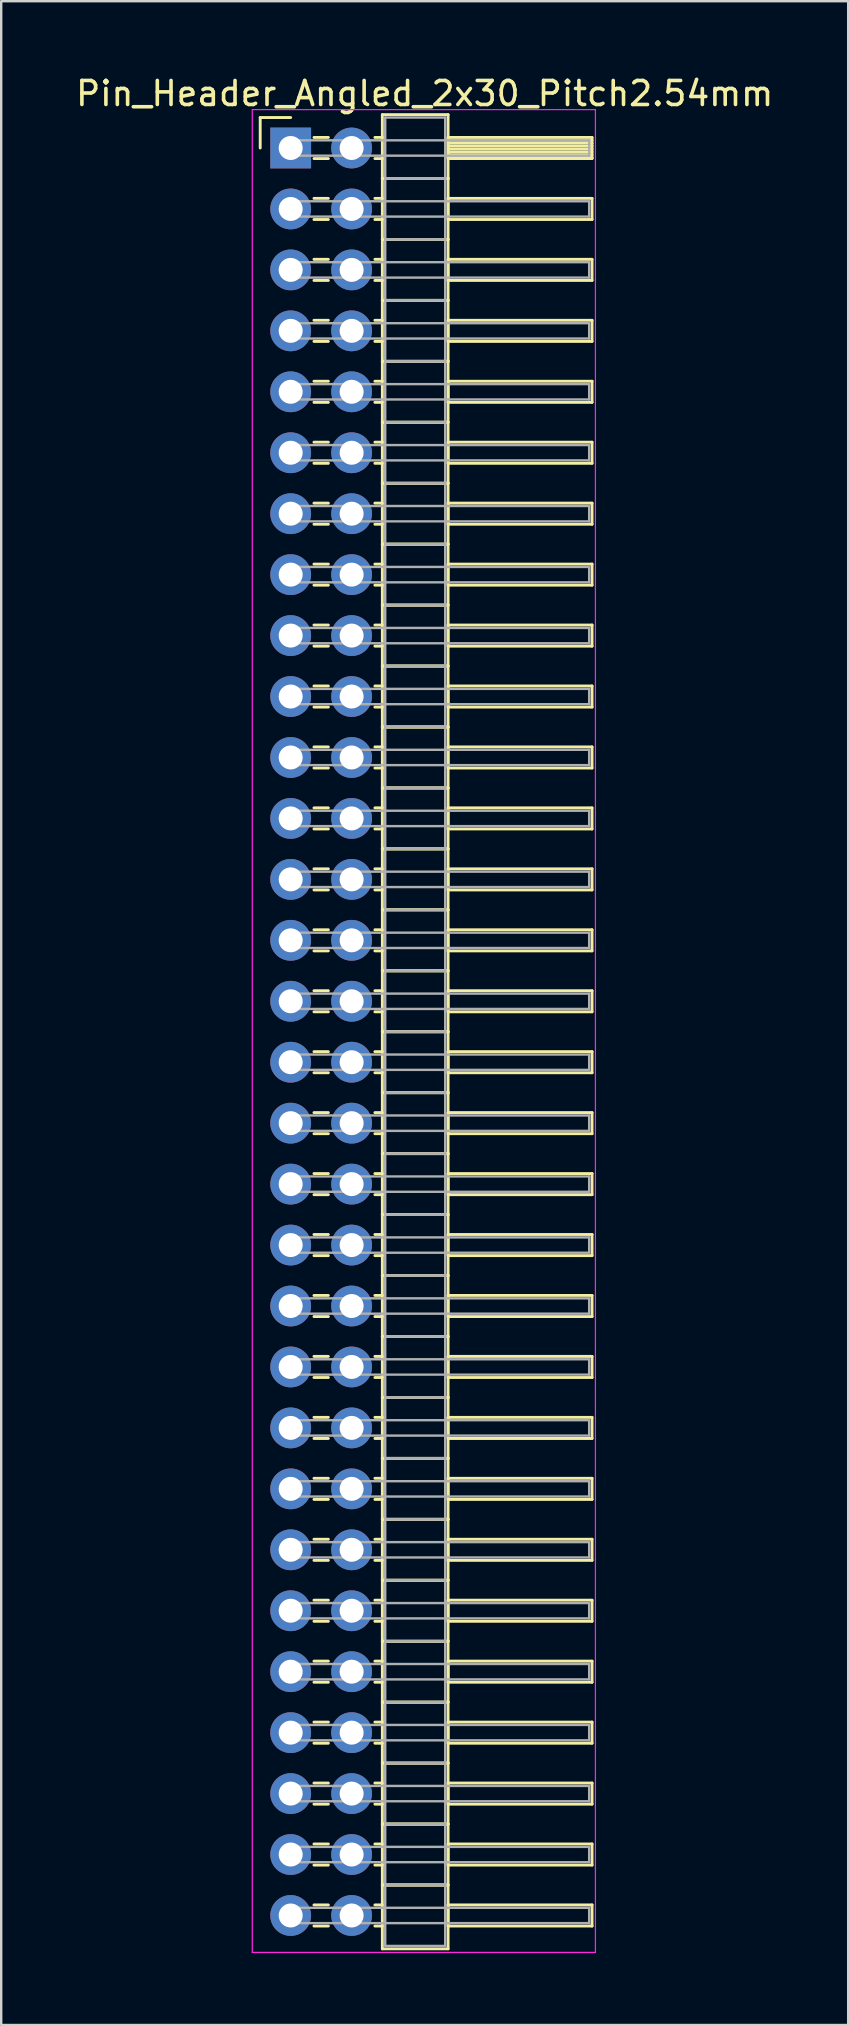
<source format=kicad_pcb>
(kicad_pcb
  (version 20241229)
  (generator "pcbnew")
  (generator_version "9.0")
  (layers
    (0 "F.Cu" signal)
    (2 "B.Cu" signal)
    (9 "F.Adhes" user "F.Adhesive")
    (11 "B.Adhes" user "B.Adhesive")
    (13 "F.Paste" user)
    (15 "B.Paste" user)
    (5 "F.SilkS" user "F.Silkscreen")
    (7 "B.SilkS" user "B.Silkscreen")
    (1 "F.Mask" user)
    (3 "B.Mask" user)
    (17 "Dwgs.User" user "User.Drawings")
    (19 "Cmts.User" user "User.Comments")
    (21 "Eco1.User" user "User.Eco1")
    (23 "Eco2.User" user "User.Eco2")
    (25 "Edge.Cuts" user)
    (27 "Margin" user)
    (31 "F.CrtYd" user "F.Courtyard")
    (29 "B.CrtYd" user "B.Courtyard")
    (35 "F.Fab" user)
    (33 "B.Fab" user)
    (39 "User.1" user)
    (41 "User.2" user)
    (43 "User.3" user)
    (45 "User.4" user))
  (footprint "Pin_Header_Angled_2x30_Pitch2.54mm"
    (layer "F.Cu")
    (at 9.064 3.118)
    (property "Reference" "Pin_Header_Angled_2x30_Pitch2.54mm" (at 5.585 -2.27 0) (layer "F.SilkS") (effects (font (size 1 1) (thickness 0.15))))
    (attr through_hole)
    (fp_line (start -1.27 -1.27) (end 0 -1.27) (stroke (width 0.12) (type solid)) (layer "F.SilkS"))
    (fp_line (start -1.27 0) (end -1.27 -1.27) (stroke (width 0.12) (type solid)) (layer "F.SilkS"))
    (fp_line (start 0.97 -0.44) (end 1.57 -0.44) (stroke (width 0.12) (type solid)) (layer "F.SilkS"))
    (fp_line (start 0.97 0.44) (end 1.57 0.44) (stroke (width 0.12) (type solid)) (layer "F.SilkS"))
    (fp_line (start 0.97 2.1) (end 1.57 2.1) (stroke (width 0.12) (type solid)) (layer "F.SilkS"))
    (fp_line (start 0.97 2.98) (end 1.57 2.98) (stroke (width 0.12) (type solid)) (layer "F.SilkS"))
    (fp_line (start 0.97 4.64) (end 1.57 4.64) (stroke (width 0.12) (type solid)) (layer "F.SilkS"))
    (fp_line (start 0.97 5.52) (end 1.57 5.52) (stroke (width 0.12) (type solid)) (layer "F.SilkS"))
    (fp_line (start 0.97 7.18) (end 1.57 7.18) (stroke (width 0.12) (type solid)) (layer "F.SilkS"))
    (fp_line (start 0.97 8.06) (end 1.57 8.06) (stroke (width 0.12) (type solid)) (layer "F.SilkS"))
    (fp_line (start 0.97 9.72) (end 1.57 9.72) (stroke (width 0.12) (type solid)) (layer "F.SilkS"))
    (fp_line (start 0.97 10.6) (end 1.57 10.6) (stroke (width 0.12) (type solid)) (layer "F.SilkS"))
    (fp_line (start 0.97 12.26) (end 1.57 12.26) (stroke (width 0.12) (type solid)) (layer "F.SilkS"))
    (fp_line (start 0.97 13.14) (end 1.57 13.14) (stroke (width 0.12) (type solid)) (layer "F.SilkS"))
    (fp_line (start 0.97 14.8) (end 1.57 14.8) (stroke (width 0.12) (type solid)) (layer "F.SilkS"))
    (fp_line (start 0.97 15.68) (end 1.57 15.68) (stroke (width 0.12) (type solid)) (layer "F.SilkS"))
    (fp_line (start 0.97 17.34) (end 1.57 17.34) (stroke (width 0.12) (type solid)) (layer "F.SilkS"))
    (fp_line (start 0.97 18.22) (end 1.57 18.22) (stroke (width 0.12) (type solid)) (layer "F.SilkS"))
    (fp_line (start 0.97 19.88) (end 1.57 19.88) (stroke (width 0.12) (type solid)) (layer "F.SilkS"))
    (fp_line (start 0.97 20.76) (end 1.57 20.76) (stroke (width 0.12) (type solid)) (layer "F.SilkS"))
    (fp_line (start 0.97 22.42) (end 1.57 22.42) (stroke (width 0.12) (type solid)) (layer "F.SilkS"))
    (fp_line (start 0.97 23.3) (end 1.57 23.3) (stroke (width 0.12) (type solid)) (layer "F.SilkS"))
    (fp_line (start 0.97 24.96) (end 1.57 24.96) (stroke (width 0.12) (type solid)) (layer "F.SilkS"))
    (fp_line (start 0.97 25.84) (end 1.57 25.84) (stroke (width 0.12) (type solid)) (layer "F.SilkS"))
    (fp_line (start 0.97 27.5) (end 1.57 27.5) (stroke (width 0.12) (type solid)) (layer "F.SilkS"))
    (fp_line (start 0.97 28.38) (end 1.57 28.38) (stroke (width 0.12) (type solid)) (layer "F.SilkS"))
    (fp_line (start 0.97 30.04) (end 1.57 30.04) (stroke (width 0.12) (type solid)) (layer "F.SilkS"))
    (fp_line (start 0.97 30.92) (end 1.57 30.92) (stroke (width 0.12) (type solid)) (layer "F.SilkS"))
    (fp_line (start 0.97 32.58) (end 1.57 32.58) (stroke (width 0.12) (type solid)) (layer "F.SilkS"))
    (fp_line (start 0.97 33.46) (end 1.57 33.46) (stroke (width 0.12) (type solid)) (layer "F.SilkS"))
    (fp_line (start 0.97 35.12) (end 1.57 35.12) (stroke (width 0.12) (type solid)) (layer "F.SilkS"))
    (fp_line (start 0.97 36) (end 1.57 36) (stroke (width 0.12) (type solid)) (layer "F.SilkS"))
    (fp_line (start 0.97 37.66) (end 1.57 37.66) (stroke (width 0.12) (type solid)) (layer "F.SilkS"))
    (fp_line (start 0.97 38.54) (end 1.57 38.54) (stroke (width 0.12) (type solid)) (layer "F.SilkS"))
    (fp_line (start 0.97 40.2) (end 1.57 40.2) (stroke (width 0.12) (type solid)) (layer "F.SilkS"))
    (fp_line (start 0.97 41.08) (end 1.57 41.08) (stroke (width 0.12) (type solid)) (layer "F.SilkS"))
    (fp_line (start 0.97 42.74) (end 1.57 42.74) (stroke (width 0.12) (type solid)) (layer "F.SilkS"))
    (fp_line (start 0.97 43.62) (end 1.57 43.62) (stroke (width 0.12) (type solid)) (layer "F.SilkS"))
    (fp_line (start 0.97 45.28) (end 1.57 45.28) (stroke (width 0.12) (type solid)) (layer "F.SilkS"))
    (fp_line (start 0.97 46.16) (end 1.57 46.16) (stroke (width 0.12) (type solid)) (layer "F.SilkS"))
    (fp_line (start 0.97 47.82) (end 1.57 47.82) (stroke (width 0.12) (type solid)) (layer "F.SilkS"))
    (fp_line (start 0.97 48.7) (end 1.57 48.7) (stroke (width 0.12) (type solid)) (layer "F.SilkS"))
    (fp_line (start 0.97 50.36) (end 1.57 50.36) (stroke (width 0.12) (type solid)) (layer "F.SilkS"))
    (fp_line (start 0.97 51.24) (end 1.57 51.24) (stroke (width 0.12) (type solid)) (layer "F.SilkS"))
    (fp_line (start 0.97 52.9) (end 1.57 52.9) (stroke (width 0.12) (type solid)) (layer "F.SilkS"))
    (fp_line (start 0.97 53.78) (end 1.57 53.78) (stroke (width 0.12) (type solid)) (layer "F.SilkS"))
    (fp_line (start 0.97 55.44) (end 1.57 55.44) (stroke (width 0.12) (type solid)) (layer "F.SilkS"))
    (fp_line (start 0.97 56.32) (end 1.57 56.32) (stroke (width 0.12) (type solid)) (layer "F.SilkS"))
    (fp_line (start 0.97 57.98) (end 1.57 57.98) (stroke (width 0.12) (type solid)) (layer "F.SilkS"))
    (fp_line (start 0.97 58.86) (end 1.57 58.86) (stroke (width 0.12) (type solid)) (layer "F.SilkS"))
    (fp_line (start 0.97 60.52) (end 1.57 60.52) (stroke (width 0.12) (type solid)) (layer "F.SilkS"))
    (fp_line (start 0.97 61.4) (end 1.57 61.4) (stroke (width 0.12) (type solid)) (layer "F.SilkS"))
    (fp_line (start 0.97 63.06) (end 1.57 63.06) (stroke (width 0.12) (type solid)) (layer "F.SilkS"))
    (fp_line (start 0.97 63.94) (end 1.57 63.94) (stroke (width 0.12) (type solid)) (layer "F.SilkS"))
    (fp_line (start 0.97 65.6) (end 1.57 65.6) (stroke (width 0.12) (type solid)) (layer "F.SilkS"))
    (fp_line (start 0.97 66.48) (end 1.57 66.48) (stroke (width 0.12) (type solid)) (layer "F.SilkS"))
    (fp_line (start 0.97 68.14) (end 1.57 68.14) (stroke (width 0.12) (type solid)) (layer "F.SilkS"))
    (fp_line (start 0.97 69.02) (end 1.57 69.02) (stroke (width 0.12) (type solid)) (layer "F.SilkS"))
    (fp_line (start 0.97 70.68) (end 1.57 70.68) (stroke (width 0.12) (type solid)) (layer "F.SilkS"))
    (fp_line (start 0.97 71.56) (end 1.57 71.56) (stroke (width 0.12) (type solid)) (layer "F.SilkS"))
    (fp_line (start 0.97 73.22) (end 1.57 73.22) (stroke (width 0.12) (type solid)) (layer "F.SilkS"))
    (fp_line (start 0.97 74.1) (end 1.57 74.1) (stroke (width 0.12) (type solid)) (layer "F.SilkS"))
    (fp_line (start 3.51 -0.44) (end 3.82 -0.44) (stroke (width 0.12) (type solid)) (layer "F.SilkS"))
    (fp_line (start 3.51 0.44) (end 3.82 0.44) (stroke (width 0.12) (type solid)) (layer "F.SilkS"))
    (fp_line (start 3.51 2.1) (end 3.82 2.1) (stroke (width 0.12) (type solid)) (layer "F.SilkS"))
    (fp_line (start 3.51 2.98) (end 3.82 2.98) (stroke (width 0.12) (type solid)) (layer "F.SilkS"))
    (fp_line (start 3.51 4.64) (end 3.82 4.64) (stroke (width 0.12) (type solid)) (layer "F.SilkS"))
    (fp_line (start 3.51 5.52) (end 3.82 5.52) (stroke (width 0.12) (type solid)) (layer "F.SilkS"))
    (fp_line (start 3.51 7.18) (end 3.82 7.18) (stroke (width 0.12) (type solid)) (layer "F.SilkS"))
    (fp_line (start 3.51 8.06) (end 3.82 8.06) (stroke (width 0.12) (type solid)) (layer "F.SilkS"))
    (fp_line (start 3.51 9.72) (end 3.82 9.72) (stroke (width 0.12) (type solid)) (layer "F.SilkS"))
    (fp_line (start 3.51 10.6) (end 3.82 10.6) (stroke (width 0.12) (type solid)) (layer "F.SilkS"))
    (fp_line (start 3.51 12.26) (end 3.82 12.26) (stroke (width 0.12) (type solid)) (layer "F.SilkS"))
    (fp_line (start 3.51 13.14) (end 3.82 13.14) (stroke (width 0.12) (type solid)) (layer "F.SilkS"))
    (fp_line (start 3.51 14.8) (end 3.82 14.8) (stroke (width 0.12) (type solid)) (layer "F.SilkS"))
    (fp_line (start 3.51 15.68) (end 3.82 15.68) (stroke (width 0.12) (type solid)) (layer "F.SilkS"))
    (fp_line (start 3.51 17.34) (end 3.82 17.34) (stroke (width 0.12) (type solid)) (layer "F.SilkS"))
    (fp_line (start 3.51 18.22) (end 3.82 18.22) (stroke (width 0.12) (type solid)) (layer "F.SilkS"))
    (fp_line (start 3.51 19.88) (end 3.82 19.88) (stroke (width 0.12) (type solid)) (layer "F.SilkS"))
    (fp_line (start 3.51 20.76) (end 3.82 20.76) (stroke (width 0.12) (type solid)) (layer "F.SilkS"))
    (fp_line (start 3.51 22.42) (end 3.82 22.42) (stroke (width 0.12) (type solid)) (layer "F.SilkS"))
    (fp_line (start 3.51 23.3) (end 3.82 23.3) (stroke (width 0.12) (type solid)) (layer "F.SilkS"))
    (fp_line (start 3.51 24.96) (end 3.82 24.96) (stroke (width 0.12) (type solid)) (layer "F.SilkS"))
    (fp_line (start 3.51 25.84) (end 3.82 25.84) (stroke (width 0.12) (type solid)) (layer "F.SilkS"))
    (fp_line (start 3.51 27.5) (end 3.82 27.5) (stroke (width 0.12) (type solid)) (layer "F.SilkS"))
    (fp_line (start 3.51 28.38) (end 3.82 28.38) (stroke (width 0.12) (type solid)) (layer "F.SilkS"))
    (fp_line (start 3.51 30.04) (end 3.82 30.04) (stroke (width 0.12) (type solid)) (layer "F.SilkS"))
    (fp_line (start 3.51 30.92) (end 3.82 30.92) (stroke (width 0.12) (type solid)) (layer "F.SilkS"))
    (fp_line (start 3.51 32.58) (end 3.82 32.58) (stroke (width 0.12) (type solid)) (layer "F.SilkS"))
    (fp_line (start 3.51 33.46) (end 3.82 33.46) (stroke (width 0.12) (type solid)) (layer "F.SilkS"))
    (fp_line (start 3.51 35.12) (end 3.82 35.12) (stroke (width 0.12) (type solid)) (layer "F.SilkS"))
    (fp_line (start 3.51 36) (end 3.82 36) (stroke (width 0.12) (type solid)) (layer "F.SilkS"))
    (fp_line (start 3.51 37.66) (end 3.82 37.66) (stroke (width 0.12) (type solid)) (layer "F.SilkS"))
    (fp_line (start 3.51 38.54) (end 3.82 38.54) (stroke (width 0.12) (type solid)) (layer "F.SilkS"))
    (fp_line (start 3.51 40.2) (end 3.82 40.2) (stroke (width 0.12) (type solid)) (layer "F.SilkS"))
    (fp_line (start 3.51 41.08) (end 3.82 41.08) (stroke (width 0.12) (type solid)) (layer "F.SilkS"))
    (fp_line (start 3.51 42.74) (end 3.82 42.74) (stroke (width 0.12) (type solid)) (layer "F.SilkS"))
    (fp_line (start 3.51 43.62) (end 3.82 43.62) (stroke (width 0.12) (type solid)) (layer "F.SilkS"))
    (fp_line (start 3.51 45.28) (end 3.82 45.28) (stroke (width 0.12) (type solid)) (layer "F.SilkS"))
    (fp_line (start 3.51 46.16) (end 3.82 46.16) (stroke (width 0.12) (type solid)) (layer "F.SilkS"))
    (fp_line (start 3.51 47.82) (end 3.82 47.82) (stroke (width 0.12) (type solid)) (layer "F.SilkS"))
    (fp_line (start 3.51 48.7) (end 3.82 48.7) (stroke (width 0.12) (type solid)) (layer "F.SilkS"))
    (fp_line (start 3.51 50.36) (end 3.82 50.36) (stroke (width 0.12) (type solid)) (layer "F.SilkS"))
    (fp_line (start 3.51 51.24) (end 3.82 51.24) (stroke (width 0.12) (type solid)) (layer "F.SilkS"))
    (fp_line (start 3.51 52.9) (end 3.82 52.9) (stroke (width 0.12) (type solid)) (layer "F.SilkS"))
    (fp_line (start 3.51 53.78) (end 3.82 53.78) (stroke (width 0.12) (type solid)) (layer "F.SilkS"))
    (fp_line (start 3.51 55.44) (end 3.82 55.44) (stroke (width 0.12) (type solid)) (layer "F.SilkS"))
    (fp_line (start 3.51 56.32) (end 3.82 56.32) (stroke (width 0.12) (type solid)) (layer "F.SilkS"))
    (fp_line (start 3.51 57.98) (end 3.82 57.98) (stroke (width 0.12) (type solid)) (layer "F.SilkS"))
    (fp_line (start 3.51 58.86) (end 3.82 58.86) (stroke (width 0.12) (type solid)) (layer "F.SilkS"))
    (fp_line (start 3.51 60.52) (end 3.82 60.52) (stroke (width 0.12) (type solid)) (layer "F.SilkS"))
    (fp_line (start 3.51 61.4) (end 3.82 61.4) (stroke (width 0.12) (type solid)) (layer "F.SilkS"))
    (fp_line (start 3.51 63.06) (end 3.82 63.06) (stroke (width 0.12) (type solid)) (layer "F.SilkS"))
    (fp_line (start 3.51 63.94) (end 3.82 63.94) (stroke (width 0.12) (type solid)) (layer "F.SilkS"))
    (fp_line (start 3.51 65.6) (end 3.82 65.6) (stroke (width 0.12) (type solid)) (layer "F.SilkS"))
    (fp_line (start 3.51 66.48) (end 3.82 66.48) (stroke (width 0.12) (type solid)) (layer "F.SilkS"))
    (fp_line (start 3.51 68.14) (end 3.82 68.14) (stroke (width 0.12) (type solid)) (layer "F.SilkS"))
    (fp_line (start 3.51 69.02) (end 3.82 69.02) (stroke (width 0.12) (type solid)) (layer "F.SilkS"))
    (fp_line (start 3.51 70.68) (end 3.82 70.68) (stroke (width 0.12) (type solid)) (layer "F.SilkS"))
    (fp_line (start 3.51 71.56) (end 3.82 71.56) (stroke (width 0.12) (type solid)) (layer "F.SilkS"))
    (fp_line (start 3.51 73.22) (end 3.82 73.22) (stroke (width 0.12) (type solid)) (layer "F.SilkS"))
    (fp_line (start 3.51 74.1) (end 3.82 74.1) (stroke (width 0.12) (type solid)) (layer "F.SilkS"))
    (fp_line (start 3.82 -1.39) (end 3.82 1.27) (stroke (width 0.12) (type solid)) (layer "F.SilkS"))
    (fp_line (start 3.82 1.27) (end 3.82 3.81) (stroke (width 0.12) (type solid)) (layer "F.SilkS"))
    (fp_line (start 3.82 1.27) (end 6.56 1.27) (stroke (width 0.12) (type solid)) (layer "F.SilkS"))
    (fp_line (start 3.82 3.81) (end 3.82 6.35) (stroke (width 0.12) (type solid)) (layer "F.SilkS"))
    (fp_line (start 3.82 3.81) (end 6.56 3.81) (stroke (width 0.12) (type solid)) (layer "F.SilkS"))
    (fp_line (start 3.82 6.35) (end 3.82 8.89) (stroke (width 0.12) (type solid)) (layer "F.SilkS"))
    (fp_line (start 3.82 6.35) (end 6.56 6.35) (stroke (width 0.12) (type solid)) (layer "F.SilkS"))
    (fp_line (start 3.82 8.89) (end 3.82 11.43) (stroke (width 0.12) (type solid)) (layer "F.SilkS"))
    (fp_line (start 3.82 8.89) (end 6.56 8.89) (stroke (width 0.12) (type solid)) (layer "F.SilkS"))
    (fp_line (start 3.82 11.43) (end 3.82 13.97) (stroke (width 0.12) (type solid)) (layer "F.SilkS"))
    (fp_line (start 3.82 11.43) (end 6.56 11.43) (stroke (width 0.12) (type solid)) (layer "F.SilkS"))
    (fp_line (start 3.82 13.97) (end 3.82 16.51) (stroke (width 0.12) (type solid)) (layer "F.SilkS"))
    (fp_line (start 3.82 13.97) (end 6.56 13.97) (stroke (width 0.12) (type solid)) (layer "F.SilkS"))
    (fp_line (start 3.82 16.51) (end 3.82 19.05) (stroke (width 0.12) (type solid)) (layer "F.SilkS"))
    (fp_line (start 3.82 16.51) (end 6.56 16.51) (stroke (width 0.12) (type solid)) (layer "F.SilkS"))
    (fp_line (start 3.82 19.05) (end 3.82 21.59) (stroke (width 0.12) (type solid)) (layer "F.SilkS"))
    (fp_line (start 3.82 19.05) (end 6.56 19.05) (stroke (width 0.12) (type solid)) (layer "F.SilkS"))
    (fp_line (start 3.82 21.59) (end 3.82 24.13) (stroke (width 0.12) (type solid)) (layer "F.SilkS"))
    (fp_line (start 3.82 21.59) (end 6.56 21.59) (stroke (width 0.12) (type solid)) (layer "F.SilkS"))
    (fp_line (start 3.82 24.13) (end 3.82 26.67) (stroke (width 0.12) (type solid)) (layer "F.SilkS"))
    (fp_line (start 3.82 24.13) (end 6.56 24.13) (stroke (width 0.12) (type solid)) (layer "F.SilkS"))
    (fp_line (start 3.82 26.67) (end 3.82 29.21) (stroke (width 0.12) (type solid)) (layer "F.SilkS"))
    (fp_line (start 3.82 26.67) (end 6.56 26.67) (stroke (width 0.12) (type solid)) (layer "F.SilkS"))
    (fp_line (start 3.82 29.21) (end 3.82 31.75) (stroke (width 0.12) (type solid)) (layer "F.SilkS"))
    (fp_line (start 3.82 29.21) (end 6.56 29.21) (stroke (width 0.12) (type solid)) (layer "F.SilkS"))
    (fp_line (start 3.82 31.75) (end 3.82 34.29) (stroke (width 0.12) (type solid)) (layer "F.SilkS"))
    (fp_line (start 3.82 31.75) (end 6.56 31.75) (stroke (width 0.12) (type solid)) (layer "F.SilkS"))
    (fp_line (start 3.82 34.29) (end 3.82 36.83) (stroke (width 0.12) (type solid)) (layer "F.SilkS"))
    (fp_line (start 3.82 34.29) (end 6.56 34.29) (stroke (width 0.12) (type solid)) (layer "F.SilkS"))
    (fp_line (start 3.82 36.83) (end 3.82 39.37) (stroke (width 0.12) (type solid)) (layer "F.SilkS"))
    (fp_line (start 3.82 36.83) (end 6.56 36.83) (stroke (width 0.12) (type solid)) (layer "F.SilkS"))
    (fp_line (start 3.82 39.37) (end 3.82 41.91) (stroke (width 0.12) (type solid)) (layer "F.SilkS"))
    (fp_line (start 3.82 39.37) (end 6.56 39.37) (stroke (width 0.12) (type solid)) (layer "F.SilkS"))
    (fp_line (start 3.82 41.91) (end 3.82 44.45) (stroke (width 0.12) (type solid)) (layer "F.SilkS"))
    (fp_line (start 3.82 41.91) (end 6.56 41.91) (stroke (width 0.12) (type solid)) (layer "F.SilkS"))
    (fp_line (start 3.82 44.45) (end 3.82 46.99) (stroke (width 0.12) (type solid)) (layer "F.SilkS"))
    (fp_line (start 3.82 44.45) (end 6.56 44.45) (stroke (width 0.12) (type solid)) (layer "F.SilkS"))
    (fp_line (start 3.82 46.99) (end 3.82 49.53) (stroke (width 0.12) (type solid)) (layer "F.SilkS"))
    (fp_line (start 3.82 46.99) (end 6.56 46.99) (stroke (width 0.12) (type solid)) (layer "F.SilkS"))
    (fp_line (start 3.82 49.53) (end 3.82 52.07) (stroke (width 0.12) (type solid)) (layer "F.SilkS"))
    (fp_line (start 3.82 49.53) (end 6.56 49.53) (stroke (width 0.12) (type solid)) (layer "F.SilkS"))
    (fp_line (start 3.82 52.07) (end 3.82 54.61) (stroke (width 0.12) (type solid)) (layer "F.SilkS"))
    (fp_line (start 3.82 52.07) (end 6.56 52.07) (stroke (width 0.12) (type solid)) (layer "F.SilkS"))
    (fp_line (start 3.82 54.61) (end 3.82 57.15) (stroke (width 0.12) (type solid)) (layer "F.SilkS"))
    (fp_line (start 3.82 54.61) (end 6.56 54.61) (stroke (width 0.12) (type solid)) (layer "F.SilkS"))
    (fp_line (start 3.82 57.15) (end 3.82 59.69) (stroke (width 0.12) (type solid)) (layer "F.SilkS"))
    (fp_line (start 3.82 57.15) (end 6.56 57.15) (stroke (width 0.12) (type solid)) (layer "F.SilkS"))
    (fp_line (start 3.82 59.69) (end 3.82 62.23) (stroke (width 0.12) (type solid)) (layer "F.SilkS"))
    (fp_line (start 3.82 59.69) (end 6.56 59.69) (stroke (width 0.12) (type solid)) (layer "F.SilkS"))
    (fp_line (start 3.82 62.23) (end 3.82 64.77) (stroke (width 0.12) (type solid)) (layer "F.SilkS"))
    (fp_line (start 3.82 62.23) (end 6.56 62.23) (stroke (width 0.12) (type solid)) (layer "F.SilkS"))
    (fp_line (start 3.82 64.77) (end 3.82 67.31) (stroke (width 0.12) (type solid)) (layer "F.SilkS"))
    (fp_line (start 3.82 64.77) (end 6.56 64.77) (stroke (width 0.12) (type solid)) (layer "F.SilkS"))
    (fp_line (start 3.82 67.31) (end 3.82 69.85) (stroke (width 0.12) (type solid)) (layer "F.SilkS"))
    (fp_line (start 3.82 67.31) (end 6.56 67.31) (stroke (width 0.12) (type solid)) (layer "F.SilkS"))
    (fp_line (start 3.82 69.85) (end 3.82 72.39) (stroke (width 0.12) (type solid)) (layer "F.SilkS"))
    (fp_line (start 3.82 69.85) (end 6.56 69.85) (stroke (width 0.12) (type solid)) (layer "F.SilkS"))
    (fp_line (start 3.82 72.39) (end 3.82 75.05) (stroke (width 0.12) (type solid)) (layer "F.SilkS"))
    (fp_line (start 3.82 72.39) (end 6.56 72.39) (stroke (width 0.12) (type solid)) (layer "F.SilkS"))
    (fp_line (start 3.82 75.05) (end 6.56 75.05) (stroke (width 0.12) (type solid)) (layer "F.SilkS"))
    (fp_line (start 6.56 -1.39) (end 3.82 -1.39) (stroke (width 0.12) (type solid)) (layer "F.SilkS"))
    (fp_line (start 6.56 -0.44) (end 6.56 0.44) (stroke (width 0.12) (type solid)) (layer "F.SilkS"))
    (fp_line (start 6.56 -0.32) (end 12.56 -0.32) (stroke (width 0.12) (type solid)) (layer "F.SilkS"))
    (fp_line (start 6.56 -0.2) (end 12.56 -0.2) (stroke (width 0.12) (type solid)) (layer "F.SilkS"))
    (fp_line (start 6.56 -0.08) (end 12.56 -0.08) (stroke (width 0.12) (type solid)) (layer "F.SilkS"))
    (fp_line (start 6.56 0.04) (end 12.56 0.04) (stroke (width 0.12) (type solid)) (layer "F.SilkS"))
    (fp_line (start 6.56 0.16) (end 12.56 0.16) (stroke (width 0.12) (type solid)) (layer "F.SilkS"))
    (fp_line (start 6.56 0.28) (end 12.56 0.28) (stroke (width 0.12) (type solid)) (layer "F.SilkS"))
    (fp_line (start 6.56 0.4) (end 12.56 0.4) (stroke (width 0.12) (type solid)) (layer "F.SilkS"))
    (fp_line (start 6.56 0.44) (end 12.56 0.44) (stroke (width 0.12) (type solid)) (layer "F.SilkS"))
    (fp_line (start 6.56 1.27) (end 3.82 1.27) (stroke (width 0.12) (type solid)) (layer "F.SilkS"))
    (fp_line (start 6.56 1.27) (end 6.56 -1.39) (stroke (width 0.12) (type solid)) (layer "F.SilkS"))
    (fp_line (start 6.56 2.1) (end 6.56 2.98) (stroke (width 0.12) (type solid)) (layer "F.SilkS"))
    (fp_line (start 6.56 2.98) (end 12.56 2.98) (stroke (width 0.12) (type solid)) (layer "F.SilkS"))
    (fp_line (start 6.56 3.81) (end 3.82 3.81) (stroke (width 0.12) (type solid)) (layer "F.SilkS"))
    (fp_line (start 6.56 3.81) (end 6.56 1.27) (stroke (width 0.12) (type solid)) (layer "F.SilkS"))
    (fp_line (start 6.56 4.64) (end 6.56 5.52) (stroke (width 0.12) (type solid)) (layer "F.SilkS"))
    (fp_line (start 6.56 5.52) (end 12.56 5.52) (stroke (width 0.12) (type solid)) (layer "F.SilkS"))
    (fp_line (start 6.56 6.35) (end 3.82 6.35) (stroke (width 0.12) (type solid)) (layer "F.SilkS"))
    (fp_line (start 6.56 6.35) (end 6.56 3.81) (stroke (width 0.12) (type solid)) (layer "F.SilkS"))
    (fp_line (start 6.56 7.18) (end 6.56 8.06) (stroke (width 0.12) (type solid)) (layer "F.SilkS"))
    (fp_line (start 6.56 8.06) (end 12.56 8.06) (stroke (width 0.12) (type solid)) (layer "F.SilkS"))
    (fp_line (start 6.56 8.89) (end 3.82 8.89) (stroke (width 0.12) (type solid)) (layer "F.SilkS"))
    (fp_line (start 6.56 8.89) (end 6.56 6.35) (stroke (width 0.12) (type solid)) (layer "F.SilkS"))
    (fp_line (start 6.56 9.72) (end 6.56 10.6) (stroke (width 0.12) (type solid)) (layer "F.SilkS"))
    (fp_line (start 6.56 10.6) (end 12.56 10.6) (stroke (width 0.12) (type solid)) (layer "F.SilkS"))
    (fp_line (start 6.56 11.43) (end 3.82 11.43) (stroke (width 0.12) (type solid)) (layer "F.SilkS"))
    (fp_line (start 6.56 11.43) (end 6.56 8.89) (stroke (width 0.12) (type solid)) (layer "F.SilkS"))
    (fp_line (start 6.56 12.26) (end 6.56 13.14) (stroke (width 0.12) (type solid)) (layer "F.SilkS"))
    (fp_line (start 6.56 13.14) (end 12.56 13.14) (stroke (width 0.12) (type solid)) (layer "F.SilkS"))
    (fp_line (start 6.56 13.97) (end 3.82 13.97) (stroke (width 0.12) (type solid)) (layer "F.SilkS"))
    (fp_line (start 6.56 13.97) (end 6.56 11.43) (stroke (width 0.12) (type solid)) (layer "F.SilkS"))
    (fp_line (start 6.56 14.8) (end 6.56 15.68) (stroke (width 0.12) (type solid)) (layer "F.SilkS"))
    (fp_line (start 6.56 15.68) (end 12.56 15.68) (stroke (width 0.12) (type solid)) (layer "F.SilkS"))
    (fp_line (start 6.56 16.51) (end 3.82 16.51) (stroke (width 0.12) (type solid)) (layer "F.SilkS"))
    (fp_line (start 6.56 16.51) (end 6.56 13.97) (stroke (width 0.12) (type solid)) (layer "F.SilkS"))
    (fp_line (start 6.56 17.34) (end 6.56 18.22) (stroke (width 0.12) (type solid)) (layer "F.SilkS"))
    (fp_line (start 6.56 18.22) (end 12.56 18.22) (stroke (width 0.12) (type solid)) (layer "F.SilkS"))
    (fp_line (start 6.56 19.05) (end 3.82 19.05) (stroke (width 0.12) (type solid)) (layer "F.SilkS"))
    (fp_line (start 6.56 19.05) (end 6.56 16.51) (stroke (width 0.12) (type solid)) (layer "F.SilkS"))
    (fp_line (start 6.56 19.88) (end 6.56 20.76) (stroke (width 0.12) (type solid)) (layer "F.SilkS"))
    (fp_line (start 6.56 20.76) (end 12.56 20.76) (stroke (width 0.12) (type solid)) (layer "F.SilkS"))
    (fp_line (start 6.56 21.59) (end 3.82 21.59) (stroke (width 0.12) (type solid)) (layer "F.SilkS"))
    (fp_line (start 6.56 21.59) (end 6.56 19.05) (stroke (width 0.12) (type solid)) (layer "F.SilkS"))
    (fp_line (start 6.56 22.42) (end 6.56 23.3) (stroke (width 0.12) (type solid)) (layer "F.SilkS"))
    (fp_line (start 6.56 23.3) (end 12.56 23.3) (stroke (width 0.12) (type solid)) (layer "F.SilkS"))
    (fp_line (start 6.56 24.13) (end 3.82 24.13) (stroke (width 0.12) (type solid)) (layer "F.SilkS"))
    (fp_line (start 6.56 24.13) (end 6.56 21.59) (stroke (width 0.12) (type solid)) (layer "F.SilkS"))
    (fp_line (start 6.56 24.96) (end 6.56 25.84) (stroke (width 0.12) (type solid)) (layer "F.SilkS"))
    (fp_line (start 6.56 25.84) (end 12.56 25.84) (stroke (width 0.12) (type solid)) (layer "F.SilkS"))
    (fp_line (start 6.56 26.67) (end 3.82 26.67) (stroke (width 0.12) (type solid)) (layer "F.SilkS"))
    (fp_line (start 6.56 26.67) (end 6.56 24.13) (stroke (width 0.12) (type solid)) (layer "F.SilkS"))
    (fp_line (start 6.56 27.5) (end 6.56 28.38) (stroke (width 0.12) (type solid)) (layer "F.SilkS"))
    (fp_line (start 6.56 28.38) (end 12.56 28.38) (stroke (width 0.12) (type solid)) (layer "F.SilkS"))
    (fp_line (start 6.56 29.21) (end 3.82 29.21) (stroke (width 0.12) (type solid)) (layer "F.SilkS"))
    (fp_line (start 6.56 29.21) (end 6.56 26.67) (stroke (width 0.12) (type solid)) (layer "F.SilkS"))
    (fp_line (start 6.56 30.04) (end 6.56 30.92) (stroke (width 0.12) (type solid)) (layer "F.SilkS"))
    (fp_line (start 6.56 30.92) (end 12.56 30.92) (stroke (width 0.12) (type solid)) (layer "F.SilkS"))
    (fp_line (start 6.56 31.75) (end 3.82 31.75) (stroke (width 0.12) (type solid)) (layer "F.SilkS"))
    (fp_line (start 6.56 31.75) (end 6.56 29.21) (stroke (width 0.12) (type solid)) (layer "F.SilkS"))
    (fp_line (start 6.56 32.58) (end 6.56 33.46) (stroke (width 0.12) (type solid)) (layer "F.SilkS"))
    (fp_line (start 6.56 33.46) (end 12.56 33.46) (stroke (width 0.12) (type solid)) (layer "F.SilkS"))
    (fp_line (start 6.56 34.29) (end 3.82 34.29) (stroke (width 0.12) (type solid)) (layer "F.SilkS"))
    (fp_line (start 6.56 34.29) (end 6.56 31.75) (stroke (width 0.12) (type solid)) (layer "F.SilkS"))
    (fp_line (start 6.56 35.12) (end 6.56 36) (stroke (width 0.12) (type solid)) (layer "F.SilkS"))
    (fp_line (start 6.56 36) (end 12.56 36) (stroke (width 0.12) (type solid)) (layer "F.SilkS"))
    (fp_line (start 6.56 36.83) (end 3.82 36.83) (stroke (width 0.12) (type solid)) (layer "F.SilkS"))
    (fp_line (start 6.56 36.83) (end 6.56 34.29) (stroke (width 0.12) (type solid)) (layer "F.SilkS"))
    (fp_line (start 6.56 37.66) (end 6.56 38.54) (stroke (width 0.12) (type solid)) (layer "F.SilkS"))
    (fp_line (start 6.56 38.54) (end 12.56 38.54) (stroke (width 0.12) (type solid)) (layer "F.SilkS"))
    (fp_line (start 6.56 39.37) (end 3.82 39.37) (stroke (width 0.12) (type solid)) (layer "F.SilkS"))
    (fp_line (start 6.56 39.37) (end 6.56 36.83) (stroke (width 0.12) (type solid)) (layer "F.SilkS"))
    (fp_line (start 6.56 40.2) (end 6.56 41.08) (stroke (width 0.12) (type solid)) (layer "F.SilkS"))
    (fp_line (start 6.56 41.08) (end 12.56 41.08) (stroke (width 0.12) (type solid)) (layer "F.SilkS"))
    (fp_line (start 6.56 41.91) (end 3.82 41.91) (stroke (width 0.12) (type solid)) (layer "F.SilkS"))
    (fp_line (start 6.56 41.91) (end 6.56 39.37) (stroke (width 0.12) (type solid)) (layer "F.SilkS"))
    (fp_line (start 6.56 42.74) (end 6.56 43.62) (stroke (width 0.12) (type solid)) (layer "F.SilkS"))
    (fp_line (start 6.56 43.62) (end 12.56 43.62) (stroke (width 0.12) (type solid)) (layer "F.SilkS"))
    (fp_line (start 6.56 44.45) (end 3.82 44.45) (stroke (width 0.12) (type solid)) (layer "F.SilkS"))
    (fp_line (start 6.56 44.45) (end 6.56 41.91) (stroke (width 0.12) (type solid)) (layer "F.SilkS"))
    (fp_line (start 6.56 45.28) (end 6.56 46.16) (stroke (width 0.12) (type solid)) (layer "F.SilkS"))
    (fp_line (start 6.56 46.16) (end 12.56 46.16) (stroke (width 0.12) (type solid)) (layer "F.SilkS"))
    (fp_line (start 6.56 46.99) (end 3.82 46.99) (stroke (width 0.12) (type solid)) (layer "F.SilkS"))
    (fp_line (start 6.56 46.99) (end 6.56 44.45) (stroke (width 0.12) (type solid)) (layer "F.SilkS"))
    (fp_line (start 6.56 47.82) (end 6.56 48.7) (stroke (width 0.12) (type solid)) (layer "F.SilkS"))
    (fp_line (start 6.56 48.7) (end 12.56 48.7) (stroke (width 0.12) (type solid)) (layer "F.SilkS"))
    (fp_line (start 6.56 49.53) (end 3.82 49.53) (stroke (width 0.12) (type solid)) (layer "F.SilkS"))
    (fp_line (start 6.56 49.53) (end 6.56 46.99) (stroke (width 0.12) (type solid)) (layer "F.SilkS"))
    (fp_line (start 6.56 50.36) (end 6.56 51.24) (stroke (width 0.12) (type solid)) (layer "F.SilkS"))
    (fp_line (start 6.56 51.24) (end 12.56 51.24) (stroke (width 0.12) (type solid)) (layer "F.SilkS"))
    (fp_line (start 6.56 52.07) (end 3.82 52.07) (stroke (width 0.12) (type solid)) (layer "F.SilkS"))
    (fp_line (start 6.56 52.07) (end 6.56 49.53) (stroke (width 0.12) (type solid)) (layer "F.SilkS"))
    (fp_line (start 6.56 52.9) (end 6.56 53.78) (stroke (width 0.12) (type solid)) (layer "F.SilkS"))
    (fp_line (start 6.56 53.78) (end 12.56 53.78) (stroke (width 0.12) (type solid)) (layer "F.SilkS"))
    (fp_line (start 6.56 54.61) (end 3.82 54.61) (stroke (width 0.12) (type solid)) (layer "F.SilkS"))
    (fp_line (start 6.56 54.61) (end 6.56 52.07) (stroke (width 0.12) (type solid)) (layer "F.SilkS"))
    (fp_line (start 6.56 55.44) (end 6.56 56.32) (stroke (width 0.12) (type solid)) (layer "F.SilkS"))
    (fp_line (start 6.56 56.32) (end 12.56 56.32) (stroke (width 0.12) (type solid)) (layer "F.SilkS"))
    (fp_line (start 6.56 57.15) (end 3.82 57.15) (stroke (width 0.12) (type solid)) (layer "F.SilkS"))
    (fp_line (start 6.56 57.15) (end 6.56 54.61) (stroke (width 0.12) (type solid)) (layer "F.SilkS"))
    (fp_line (start 6.56 57.98) (end 6.56 58.86) (stroke (width 0.12) (type solid)) (layer "F.SilkS"))
    (fp_line (start 6.56 58.86) (end 12.56 58.86) (stroke (width 0.12) (type solid)) (layer "F.SilkS"))
    (fp_line (start 6.56 59.69) (end 3.82 59.69) (stroke (width 0.12) (type solid)) (layer "F.SilkS"))
    (fp_line (start 6.56 59.69) (end 6.56 57.15) (stroke (width 0.12) (type solid)) (layer "F.SilkS"))
    (fp_line (start 6.56 60.52) (end 6.56 61.4) (stroke (width 0.12) (type solid)) (layer "F.SilkS"))
    (fp_line (start 6.56 61.4) (end 12.56 61.4) (stroke (width 0.12) (type solid)) (layer "F.SilkS"))
    (fp_line (start 6.56 62.23) (end 3.82 62.23) (stroke (width 0.12) (type solid)) (layer "F.SilkS"))
    (fp_line (start 6.56 62.23) (end 6.56 59.69) (stroke (width 0.12) (type solid)) (layer "F.SilkS"))
    (fp_line (start 6.56 63.06) (end 6.56 63.94) (stroke (width 0.12) (type solid)) (layer "F.SilkS"))
    (fp_line (start 6.56 63.94) (end 12.56 63.94) (stroke (width 0.12) (type solid)) (layer "F.SilkS"))
    (fp_line (start 6.56 64.77) (end 3.82 64.77) (stroke (width 0.12) (type solid)) (layer "F.SilkS"))
    (fp_line (start 6.56 64.77) (end 6.56 62.23) (stroke (width 0.12) (type solid)) (layer "F.SilkS"))
    (fp_line (start 6.56 65.6) (end 6.56 66.48) (stroke (width 0.12) (type solid)) (layer "F.SilkS"))
    (fp_line (start 6.56 66.48) (end 12.56 66.48) (stroke (width 0.12) (type solid)) (layer "F.SilkS"))
    (fp_line (start 6.56 67.31) (end 3.82 67.31) (stroke (width 0.12) (type solid)) (layer "F.SilkS"))
    (fp_line (start 6.56 67.31) (end 6.56 64.77) (stroke (width 0.12) (type solid)) (layer "F.SilkS"))
    (fp_line (start 6.56 68.14) (end 6.56 69.02) (stroke (width 0.12) (type solid)) (layer "F.SilkS"))
    (fp_line (start 6.56 69.02) (end 12.56 69.02) (stroke (width 0.12) (type solid)) (layer "F.SilkS"))
    (fp_line (start 6.56 69.85) (end 3.82 69.85) (stroke (width 0.12) (type solid)) (layer "F.SilkS"))
    (fp_line (start 6.56 69.85) (end 6.56 67.31) (stroke (width 0.12) (type solid)) (layer "F.SilkS"))
    (fp_line (start 6.56 70.68) (end 6.56 71.56) (stroke (width 0.12) (type solid)) (layer "F.SilkS"))
    (fp_line (start 6.56 71.56) (end 12.56 71.56) (stroke (width 0.12) (type solid)) (layer "F.SilkS"))
    (fp_line (start 6.56 72.39) (end 3.82 72.39) (stroke (width 0.12) (type solid)) (layer "F.SilkS"))
    (fp_line (start 6.56 72.39) (end 6.56 69.85) (stroke (width 0.12) (type solid)) (layer "F.SilkS"))
    (fp_line (start 6.56 73.22) (end 6.56 74.1) (stroke (width 0.12) (type solid)) (layer "F.SilkS"))
    (fp_line (start 6.56 74.1) (end 12.56 74.1) (stroke (width 0.12) (type solid)) (layer "F.SilkS"))
    (fp_line (start 6.56 75.05) (end 6.56 72.39) (stroke (width 0.12) (type solid)) (layer "F.SilkS"))
    (fp_line (start 12.56 -0.44) (end 6.56 -0.44) (stroke (width 0.12) (type solid)) (layer "F.SilkS"))
    (fp_line (start 12.56 0.44) (end 12.56 -0.44) (stroke (width 0.12) (type solid)) (layer "F.SilkS"))
    (fp_line (start 12.56 2.1) (end 6.56 2.1) (stroke (width 0.12) (type solid)) (layer "F.SilkS"))
    (fp_line (start 12.56 2.98) (end 12.56 2.1) (stroke (width 0.12) (type solid)) (layer "F.SilkS"))
    (fp_line (start 12.56 4.64) (end 6.56 4.64) (stroke (width 0.12) (type solid)) (layer "F.SilkS"))
    (fp_line (start 12.56 5.52) (end 12.56 4.64) (stroke (width 0.12) (type solid)) (layer "F.SilkS"))
    (fp_line (start 12.56 7.18) (end 6.56 7.18) (stroke (width 0.12) (type solid)) (layer "F.SilkS"))
    (fp_line (start 12.56 8.06) (end 12.56 7.18) (stroke (width 0.12) (type solid)) (layer "F.SilkS"))
    (fp_line (start 12.56 9.72) (end 6.56 9.72) (stroke (width 0.12) (type solid)) (layer "F.SilkS"))
    (fp_line (start 12.56 10.6) (end 12.56 9.72) (stroke (width 0.12) (type solid)) (layer "F.SilkS"))
    (fp_line (start 12.56 12.26) (end 6.56 12.26) (stroke (width 0.12) (type solid)) (layer "F.SilkS"))
    (fp_line (start 12.56 13.14) (end 12.56 12.26) (stroke (width 0.12) (type solid)) (layer "F.SilkS"))
    (fp_line (start 12.56 14.8) (end 6.56 14.8) (stroke (width 0.12) (type solid)) (layer "F.SilkS"))
    (fp_line (start 12.56 15.68) (end 12.56 14.8) (stroke (width 0.12) (type solid)) (layer "F.SilkS"))
    (fp_line (start 12.56 17.34) (end 6.56 17.34) (stroke (width 0.12) (type solid)) (layer "F.SilkS"))
    (fp_line (start 12.56 18.22) (end 12.56 17.34) (stroke (width 0.12) (type solid)) (layer "F.SilkS"))
    (fp_line (start 12.56 19.88) (end 6.56 19.88) (stroke (width 0.12) (type solid)) (layer "F.SilkS"))
    (fp_line (start 12.56 20.76) (end 12.56 19.88) (stroke (width 0.12) (type solid)) (layer "F.SilkS"))
    (fp_line (start 12.56 22.42) (end 6.56 22.42) (stroke (width 0.12) (type solid)) (layer "F.SilkS"))
    (fp_line (start 12.56 23.3) (end 12.56 22.42) (stroke (width 0.12) (type solid)) (layer "F.SilkS"))
    (fp_line (start 12.56 24.96) (end 6.56 24.96) (stroke (width 0.12) (type solid)) (layer "F.SilkS"))
    (fp_line (start 12.56 25.84) (end 12.56 24.96) (stroke (width 0.12) (type solid)) (layer "F.SilkS"))
    (fp_line (start 12.56 27.5) (end 6.56 27.5) (stroke (width 0.12) (type solid)) (layer "F.SilkS"))
    (fp_line (start 12.56 28.38) (end 12.56 27.5) (stroke (width 0.12) (type solid)) (layer "F.SilkS"))
    (fp_line (start 12.56 30.04) (end 6.56 30.04) (stroke (width 0.12) (type solid)) (layer "F.SilkS"))
    (fp_line (start 12.56 30.92) (end 12.56 30.04) (stroke (width 0.12) (type solid)) (layer "F.SilkS"))
    (fp_line (start 12.56 32.58) (end 6.56 32.58) (stroke (width 0.12) (type solid)) (layer "F.SilkS"))
    (fp_line (start 12.56 33.46) (end 12.56 32.58) (stroke (width 0.12) (type solid)) (layer "F.SilkS"))
    (fp_line (start 12.56 35.12) (end 6.56 35.12) (stroke (width 0.12) (type solid)) (layer "F.SilkS"))
    (fp_line (start 12.56 36) (end 12.56 35.12) (stroke (width 0.12) (type solid)) (layer "F.SilkS"))
    (fp_line (start 12.56 37.66) (end 6.56 37.66) (stroke (width 0.12) (type solid)) (layer "F.SilkS"))
    (fp_line (start 12.56 38.54) (end 12.56 37.66) (stroke (width 0.12) (type solid)) (layer "F.SilkS"))
    (fp_line (start 12.56 40.2) (end 6.56 40.2) (stroke (width 0.12) (type solid)) (layer "F.SilkS"))
    (fp_line (start 12.56 41.08) (end 12.56 40.2) (stroke (width 0.12) (type solid)) (layer "F.SilkS"))
    (fp_line (start 12.56 42.74) (end 6.56 42.74) (stroke (width 0.12) (type solid)) (layer "F.SilkS"))
    (fp_line (start 12.56 43.62) (end 12.56 42.74) (stroke (width 0.12) (type solid)) (layer "F.SilkS"))
    (fp_line (start 12.56 45.28) (end 6.56 45.28) (stroke (width 0.12) (type solid)) (layer "F.SilkS"))
    (fp_line (start 12.56 46.16) (end 12.56 45.28) (stroke (width 0.12) (type solid)) (layer "F.SilkS"))
    (fp_line (start 12.56 47.82) (end 6.56 47.82) (stroke (width 0.12) (type solid)) (layer "F.SilkS"))
    (fp_line (start 12.56 48.7) (end 12.56 47.82) (stroke (width 0.12) (type solid)) (layer "F.SilkS"))
    (fp_line (start 12.56 50.36) (end 6.56 50.36) (stroke (width 0.12) (type solid)) (layer "F.SilkS"))
    (fp_line (start 12.56 51.24) (end 12.56 50.36) (stroke (width 0.12) (type solid)) (layer "F.SilkS"))
    (fp_line (start 12.56 52.9) (end 6.56 52.9) (stroke (width 0.12) (type solid)) (layer "F.SilkS"))
    (fp_line (start 12.56 53.78) (end 12.56 52.9) (stroke (width 0.12) (type solid)) (layer "F.SilkS"))
    (fp_line (start 12.56 55.44) (end 6.56 55.44) (stroke (width 0.12) (type solid)) (layer "F.SilkS"))
    (fp_line (start 12.56 56.32) (end 12.56 55.44) (stroke (width 0.12) (type solid)) (layer "F.SilkS"))
    (fp_line (start 12.56 57.98) (end 6.56 57.98) (stroke (width 0.12) (type solid)) (layer "F.SilkS"))
    (fp_line (start 12.56 58.86) (end 12.56 57.98) (stroke (width 0.12) (type solid)) (layer "F.SilkS"))
    (fp_line (start 12.56 60.52) (end 6.56 60.52) (stroke (width 0.12) (type solid)) (layer "F.SilkS"))
    (fp_line (start 12.56 61.4) (end 12.56 60.52) (stroke (width 0.12) (type solid)) (layer "F.SilkS"))
    (fp_line (start 12.56 63.06) (end 6.56 63.06) (stroke (width 0.12) (type solid)) (layer "F.SilkS"))
    (fp_line (start 12.56 63.94) (end 12.56 63.06) (stroke (width 0.12) (type solid)) (layer "F.SilkS"))
    (fp_line (start 12.56 65.6) (end 6.56 65.6) (stroke (width 0.12) (type solid)) (layer "F.SilkS"))
    (fp_line (start 12.56 66.48) (end 12.56 65.6) (stroke (width 0.12) (type solid)) (layer "F.SilkS"))
    (fp_line (start 12.56 68.14) (end 6.56 68.14) (stroke (width 0.12) (type solid)) (layer "F.SilkS"))
    (fp_line (start 12.56 69.02) (end 12.56 68.14) (stroke (width 0.12) (type solid)) (layer "F.SilkS"))
    (fp_line (start 12.56 70.68) (end 6.56 70.68) (stroke (width 0.12) (type solid)) (layer "F.SilkS"))
    (fp_line (start 12.56 71.56) (end 12.56 70.68) (stroke (width 0.12) (type solid)) (layer "F.SilkS"))
    (fp_line (start 12.56 73.22) (end 6.56 73.22) (stroke (width 0.12) (type solid)) (layer "F.SilkS"))
    (fp_line (start 12.56 74.1) (end 12.56 73.22) (stroke (width 0.12) (type solid)) (layer "F.SilkS"))
    (fp_line (start -1.6 -1.6) (end -1.6 75.2) (stroke (width 0.05) (type solid)) (layer "F.CrtYd"))
    (fp_line (start -1.6 75.2) (end 12.7 75.2) (stroke (width 0.05) (type solid)) (layer "F.CrtYd"))
    (fp_line (start 12.7 -1.6) (end -1.6 -1.6) (stroke (width 0.05) (type solid)) (layer "F.CrtYd"))
    (fp_line (start 12.7 75.2) (end 12.7 -1.6) (stroke (width 0.05) (type solid)) (layer "F.CrtYd"))
    (fp_line (start 0 -0.32) (end 0 0.32) (stroke (width 0.1) (type solid)) (layer "F.Fab"))
    (fp_line (start 0 0.32) (end 12.44 0.32) (stroke (width 0.1) (type solid)) (layer "F.Fab"))
    (fp_line (start 0 2.22) (end 0 2.86) (stroke (width 0.1) (type solid)) (layer "F.Fab"))
    (fp_line (start 0 2.86) (end 12.44 2.86) (stroke (width 0.1) (type solid)) (layer "F.Fab"))
    (fp_line (start 0 4.76) (end 0 5.4) (stroke (width 0.1) (type solid)) (layer "F.Fab"))
    (fp_line (start 0 5.4) (end 12.44 5.4) (stroke (width 0.1) (type solid)) (layer "F.Fab"))
    (fp_line (start 0 7.3) (end 0 7.94) (stroke (width 0.1) (type solid)) (layer "F.Fab"))
    (fp_line (start 0 7.94) (end 12.44 7.94) (stroke (width 0.1) (type solid)) (layer "F.Fab"))
    (fp_line (start 0 9.84) (end 0 10.48) (stroke (width 0.1) (type solid)) (layer "F.Fab"))
    (fp_line (start 0 10.48) (end 12.44 10.48) (stroke (width 0.1) (type solid)) (layer "F.Fab"))
    (fp_line (start 0 12.38) (end 0 13.02) (stroke (width 0.1) (type solid)) (layer "F.Fab"))
    (fp_line (start 0 13.02) (end 12.44 13.02) (stroke (width 0.1) (type solid)) (layer "F.Fab"))
    (fp_line (start 0 14.92) (end 0 15.56) (stroke (width 0.1) (type solid)) (layer "F.Fab"))
    (fp_line (start 0 15.56) (end 12.44 15.56) (stroke (width 0.1) (type solid)) (layer "F.Fab"))
    (fp_line (start 0 17.46) (end 0 18.1) (stroke (width 0.1) (type solid)) (layer "F.Fab"))
    (fp_line (start 0 18.1) (end 12.44 18.1) (stroke (width 0.1) (type solid)) (layer "F.Fab"))
    (fp_line (start 0 20) (end 0 20.64) (stroke (width 0.1) (type solid)) (layer "F.Fab"))
    (fp_line (start 0 20.64) (end 12.44 20.64) (stroke (width 0.1) (type solid)) (layer "F.Fab"))
    (fp_line (start 0 22.54) (end 0 23.18) (stroke (width 0.1) (type solid)) (layer "F.Fab"))
    (fp_line (start 0 23.18) (end 12.44 23.18) (stroke (width 0.1) (type solid)) (layer "F.Fab"))
    (fp_line (start 0 25.08) (end 0 25.72) (stroke (width 0.1) (type solid)) (layer "F.Fab"))
    (fp_line (start 0 25.72) (end 12.44 25.72) (stroke (width 0.1) (type solid)) (layer "F.Fab"))
    (fp_line (start 0 27.62) (end 0 28.26) (stroke (width 0.1) (type solid)) (layer "F.Fab"))
    (fp_line (start 0 28.26) (end 12.44 28.26) (stroke (width 0.1) (type solid)) (layer "F.Fab"))
    (fp_line (start 0 30.16) (end 0 30.8) (stroke (width 0.1) (type solid)) (layer "F.Fab"))
    (fp_line (start 0 30.8) (end 12.44 30.8) (stroke (width 0.1) (type solid)) (layer "F.Fab"))
    (fp_line (start 0 32.7) (end 0 33.34) (stroke (width 0.1) (type solid)) (layer "F.Fab"))
    (fp_line (start 0 33.34) (end 12.44 33.34) (stroke (width 0.1) (type solid)) (layer "F.Fab"))
    (fp_line (start 0 35.24) (end 0 35.88) (stroke (width 0.1) (type solid)) (layer "F.Fab"))
    (fp_line (start 0 35.88) (end 12.44 35.88) (stroke (width 0.1) (type solid)) (layer "F.Fab"))
    (fp_line (start 0 37.78) (end 0 38.42) (stroke (width 0.1) (type solid)) (layer "F.Fab"))
    (fp_line (start 0 38.42) (end 12.44 38.42) (stroke (width 0.1) (type solid)) (layer "F.Fab"))
    (fp_line (start 0 40.32) (end 0 40.96) (stroke (width 0.1) (type solid)) (layer "F.Fab"))
    (fp_line (start 0 40.96) (end 12.44 40.96) (stroke (width 0.1) (type solid)) (layer "F.Fab"))
    (fp_line (start 0 42.86) (end 0 43.5) (stroke (width 0.1) (type solid)) (layer "F.Fab"))
    (fp_line (start 0 43.5) (end 12.44 43.5) (stroke (width 0.1) (type solid)) (layer "F.Fab"))
    (fp_line (start 0 45.4) (end 0 46.04) (stroke (width 0.1) (type solid)) (layer "F.Fab"))
    (fp_line (start 0 46.04) (end 12.44 46.04) (stroke (width 0.1) (type solid)) (layer "F.Fab"))
    (fp_line (start 0 47.94) (end 0 48.58) (stroke (width 0.1) (type solid)) (layer "F.Fab"))
    (fp_line (start 0 48.58) (end 12.44 48.58) (stroke (width 0.1) (type solid)) (layer "F.Fab"))
    (fp_line (start 0 50.48) (end 0 51.12) (stroke (width 0.1) (type solid)) (layer "F.Fab"))
    (fp_line (start 0 51.12) (end 12.44 51.12) (stroke (width 0.1) (type solid)) (layer "F.Fab"))
    (fp_line (start 0 53.02) (end 0 53.66) (stroke (width 0.1) (type solid)) (layer "F.Fab"))
    (fp_line (start 0 53.66) (end 12.44 53.66) (stroke (width 0.1) (type solid)) (layer "F.Fab"))
    (fp_line (start 0 55.56) (end 0 56.2) (stroke (width 0.1) (type solid)) (layer "F.Fab"))
    (fp_line (start 0 56.2) (end 12.44 56.2) (stroke (width 0.1) (type solid)) (layer "F.Fab"))
    (fp_line (start 0 58.1) (end 0 58.74) (stroke (width 0.1) (type solid)) (layer "F.Fab"))
    (fp_line (start 0 58.74) (end 12.44 58.74) (stroke (width 0.1) (type solid)) (layer "F.Fab"))
    (fp_line (start 0 60.64) (end 0 61.28) (stroke (width 0.1) (type solid)) (layer "F.Fab"))
    (fp_line (start 0 61.28) (end 12.44 61.28) (stroke (width 0.1) (type solid)) (layer "F.Fab"))
    (fp_line (start 0 63.18) (end 0 63.82) (stroke (width 0.1) (type solid)) (layer "F.Fab"))
    (fp_line (start 0 63.82) (end 12.44 63.82) (stroke (width 0.1) (type solid)) (layer "F.Fab"))
    (fp_line (start 0 65.72) (end 0 66.36) (stroke (width 0.1) (type solid)) (layer "F.Fab"))
    (fp_line (start 0 66.36) (end 12.44 66.36) (stroke (width 0.1) (type solid)) (layer "F.Fab"))
    (fp_line (start 0 68.26) (end 0 68.9) (stroke (width 0.1) (type solid)) (layer "F.Fab"))
    (fp_line (start 0 68.9) (end 12.44 68.9) (stroke (width 0.1) (type solid)) (layer "F.Fab"))
    (fp_line (start 0 70.8) (end 0 71.44) (stroke (width 0.1) (type solid)) (layer "F.Fab"))
    (fp_line (start 0 71.44) (end 12.44 71.44) (stroke (width 0.1) (type solid)) (layer "F.Fab"))
    (fp_line (start 0 73.34) (end 0 73.98) (stroke (width 0.1) (type solid)) (layer "F.Fab"))
    (fp_line (start 0 73.98) (end 12.44 73.98) (stroke (width 0.1) (type solid)) (layer "F.Fab"))
    (fp_line (start 3.94 -1.27) (end 3.94 1.27) (stroke (width 0.1) (type solid)) (layer "F.Fab"))
    (fp_line (start 3.94 1.27) (end 3.94 3.81) (stroke (width 0.1) (type solid)) (layer "F.Fab"))
    (fp_line (start 3.94 1.27) (end 6.44 1.27) (stroke (width 0.1) (type solid)) (layer "F.Fab"))
    (fp_line (start 3.94 3.81) (end 3.94 6.35) (stroke (width 0.1) (type solid)) (layer "F.Fab"))
    (fp_line (start 3.94 3.81) (end 6.44 3.81) (stroke (width 0.1) (type solid)) (layer "F.Fab"))
    (fp_line (start 3.94 6.35) (end 3.94 8.89) (stroke (width 0.1) (type solid)) (layer "F.Fab"))
    (fp_line (start 3.94 6.35) (end 6.44 6.35) (stroke (width 0.1) (type solid)) (layer "F.Fab"))
    (fp_line (start 3.94 8.89) (end 3.94 11.43) (stroke (width 0.1) (type solid)) (layer "F.Fab"))
    (fp_line (start 3.94 8.89) (end 6.44 8.89) (stroke (width 0.1) (type solid)) (layer "F.Fab"))
    (fp_line (start 3.94 11.43) (end 3.94 13.97) (stroke (width 0.1) (type solid)) (layer "F.Fab"))
    (fp_line (start 3.94 11.43) (end 6.44 11.43) (stroke (width 0.1) (type solid)) (layer "F.Fab"))
    (fp_line (start 3.94 13.97) (end 3.94 16.51) (stroke (width 0.1) (type solid)) (layer "F.Fab"))
    (fp_line (start 3.94 13.97) (end 6.44 13.97) (stroke (width 0.1) (type solid)) (layer "F.Fab"))
    (fp_line (start 3.94 16.51) (end 3.94 19.05) (stroke (width 0.1) (type solid)) (layer "F.Fab"))
    (fp_line (start 3.94 16.51) (end 6.44 16.51) (stroke (width 0.1) (type solid)) (layer "F.Fab"))
    (fp_line (start 3.94 19.05) (end 3.94 21.59) (stroke (width 0.1) (type solid)) (layer "F.Fab"))
    (fp_line (start 3.94 19.05) (end 6.44 19.05) (stroke (width 0.1) (type solid)) (layer "F.Fab"))
    (fp_line (start 3.94 21.59) (end 3.94 24.13) (stroke (width 0.1) (type solid)) (layer "F.Fab"))
    (fp_line (start 3.94 21.59) (end 6.44 21.59) (stroke (width 0.1) (type solid)) (layer "F.Fab"))
    (fp_line (start 3.94 24.13) (end 3.94 26.67) (stroke (width 0.1) (type solid)) (layer "F.Fab"))
    (fp_line (start 3.94 24.13) (end 6.44 24.13) (stroke (width 0.1) (type solid)) (layer "F.Fab"))
    (fp_line (start 3.94 26.67) (end 3.94 29.21) (stroke (width 0.1) (type solid)) (layer "F.Fab"))
    (fp_line (start 3.94 26.67) (end 6.44 26.67) (stroke (width 0.1) (type solid)) (layer "F.Fab"))
    (fp_line (start 3.94 29.21) (end 3.94 31.75) (stroke (width 0.1) (type solid)) (layer "F.Fab"))
    (fp_line (start 3.94 29.21) (end 6.44 29.21) (stroke (width 0.1) (type solid)) (layer "F.Fab"))
    (fp_line (start 3.94 31.75) (end 3.94 34.29) (stroke (width 0.1) (type solid)) (layer "F.Fab"))
    (fp_line (start 3.94 31.75) (end 6.44 31.75) (stroke (width 0.1) (type solid)) (layer "F.Fab"))
    (fp_line (start 3.94 34.29) (end 3.94 36.83) (stroke (width 0.1) (type solid)) (layer "F.Fab"))
    (fp_line (start 3.94 34.29) (end 6.44 34.29) (stroke (width 0.1) (type solid)) (layer "F.Fab"))
    (fp_line (start 3.94 36.83) (end 3.94 39.37) (stroke (width 0.1) (type solid)) (layer "F.Fab"))
    (fp_line (start 3.94 36.83) (end 6.44 36.83) (stroke (width 0.1) (type solid)) (layer "F.Fab"))
    (fp_line (start 3.94 39.37) (end 3.94 41.91) (stroke (width 0.1) (type solid)) (layer "F.Fab"))
    (fp_line (start 3.94 39.37) (end 6.44 39.37) (stroke (width 0.1) (type solid)) (layer "F.Fab"))
    (fp_line (start 3.94 41.91) (end 3.94 44.45) (stroke (width 0.1) (type solid)) (layer "F.Fab"))
    (fp_line (start 3.94 41.91) (end 6.44 41.91) (stroke (width 0.1) (type solid)) (layer "F.Fab"))
    (fp_line (start 3.94 44.45) (end 3.94 46.99) (stroke (width 0.1) (type solid)) (layer "F.Fab"))
    (fp_line (start 3.94 44.45) (end 6.44 44.45) (stroke (width 0.1) (type solid)) (layer "F.Fab"))
    (fp_line (start 3.94 46.99) (end 3.94 49.53) (stroke (width 0.1) (type solid)) (layer "F.Fab"))
    (fp_line (start 3.94 46.99) (end 6.44 46.99) (stroke (width 0.1) (type solid)) (layer "F.Fab"))
    (fp_line (start 3.94 49.53) (end 3.94 52.07) (stroke (width 0.1) (type solid)) (layer "F.Fab"))
    (fp_line (start 3.94 49.53) (end 6.44 49.53) (stroke (width 0.1) (type solid)) (layer "F.Fab"))
    (fp_line (start 3.94 52.07) (end 3.94 54.61) (stroke (width 0.1) (type solid)) (layer "F.Fab"))
    (fp_line (start 3.94 52.07) (end 6.44 52.07) (stroke (width 0.1) (type solid)) (layer "F.Fab"))
    (fp_line (start 3.94 54.61) (end 3.94 57.15) (stroke (width 0.1) (type solid)) (layer "F.Fab"))
    (fp_line (start 3.94 54.61) (end 6.44 54.61) (stroke (width 0.1) (type solid)) (layer "F.Fab"))
    (fp_line (start 3.94 57.15) (end 3.94 59.69) (stroke (width 0.1) (type solid)) (layer "F.Fab"))
    (fp_line (start 3.94 57.15) (end 6.44 57.15) (stroke (width 0.1) (type solid)) (layer "F.Fab"))
    (fp_line (start 3.94 59.69) (end 3.94 62.23) (stroke (width 0.1) (type solid)) (layer "F.Fab"))
    (fp_line (start 3.94 59.69) (end 6.44 59.69) (stroke (width 0.1) (type solid)) (layer "F.Fab"))
    (fp_line (start 3.94 62.23) (end 3.94 64.77) (stroke (width 0.1) (type solid)) (layer "F.Fab"))
    (fp_line (start 3.94 62.23) (end 6.44 62.23) (stroke (width 0.1) (type solid)) (layer "F.Fab"))
    (fp_line (start 3.94 64.77) (end 3.94 67.31) (stroke (width 0.1) (type solid)) (layer "F.Fab"))
    (fp_line (start 3.94 64.77) (end 6.44 64.77) (stroke (width 0.1) (type solid)) (layer "F.Fab"))
    (fp_line (start 3.94 67.31) (end 3.94 69.85) (stroke (width 0.1) (type solid)) (layer "F.Fab"))
    (fp_line (start 3.94 67.31) (end 6.44 67.31) (stroke (width 0.1) (type solid)) (layer "F.Fab"))
    (fp_line (start 3.94 69.85) (end 3.94 72.39) (stroke (width 0.1) (type solid)) (layer "F.Fab"))
    (fp_line (start 3.94 69.85) (end 6.44 69.85) (stroke (width 0.1) (type solid)) (layer "F.Fab"))
    (fp_line (start 3.94 72.39) (end 3.94 74.93) (stroke (width 0.1) (type solid)) (layer "F.Fab"))
    (fp_line (start 3.94 72.39) (end 6.44 72.39) (stroke (width 0.1) (type solid)) (layer "F.Fab"))
    (fp_line (start 3.94 74.93) (end 6.44 74.93) (stroke (width 0.1) (type solid)) (layer "F.Fab"))
    (fp_line (start 6.44 -1.27) (end 3.94 -1.27) (stroke (width 0.1) (type solid)) (layer "F.Fab"))
    (fp_line (start 6.44 1.27) (end 3.94 1.27) (stroke (width 0.1) (type solid)) (layer "F.Fab"))
    (fp_line (start 6.44 1.27) (end 6.44 -1.27) (stroke (width 0.1) (type solid)) (layer "F.Fab"))
    (fp_line (start 6.44 3.81) (end 3.94 3.81) (stroke (width 0.1) (type solid)) (layer "F.Fab"))
    (fp_line (start 6.44 3.81) (end 6.44 1.27) (stroke (width 0.1) (type solid)) (layer "F.Fab"))
    (fp_line (start 6.44 6.35) (end 3.94 6.35) (stroke (width 0.1) (type solid)) (layer "F.Fab"))
    (fp_line (start 6.44 6.35) (end 6.44 3.81) (stroke (width 0.1) (type solid)) (layer "F.Fab"))
    (fp_line (start 6.44 8.89) (end 3.94 8.89) (stroke (width 0.1) (type solid)) (layer "F.Fab"))
    (fp_line (start 6.44 8.89) (end 6.44 6.35) (stroke (width 0.1) (type solid)) (layer "F.Fab"))
    (fp_line (start 6.44 11.43) (end 3.94 11.43) (stroke (width 0.1) (type solid)) (layer "F.Fab"))
    (fp_line (start 6.44 11.43) (end 6.44 8.89) (stroke (width 0.1) (type solid)) (layer "F.Fab"))
    (fp_line (start 6.44 13.97) (end 3.94 13.97) (stroke (width 0.1) (type solid)) (layer "F.Fab"))
    (fp_line (start 6.44 13.97) (end 6.44 11.43) (stroke (width 0.1) (type solid)) (layer "F.Fab"))
    (fp_line (start 6.44 16.51) (end 3.94 16.51) (stroke (width 0.1) (type solid)) (layer "F.Fab"))
    (fp_line (start 6.44 16.51) (end 6.44 13.97) (stroke (width 0.1) (type solid)) (layer "F.Fab"))
    (fp_line (start 6.44 19.05) (end 3.94 19.05) (stroke (width 0.1) (type solid)) (layer "F.Fab"))
    (fp_line (start 6.44 19.05) (end 6.44 16.51) (stroke (width 0.1) (type solid)) (layer "F.Fab"))
    (fp_line (start 6.44 21.59) (end 3.94 21.59) (stroke (width 0.1) (type solid)) (layer "F.Fab"))
    (fp_line (start 6.44 21.59) (end 6.44 19.05) (stroke (width 0.1) (type solid)) (layer "F.Fab"))
    (fp_line (start 6.44 24.13) (end 3.94 24.13) (stroke (width 0.1) (type solid)) (layer "F.Fab"))
    (fp_line (start 6.44 24.13) (end 6.44 21.59) (stroke (width 0.1) (type solid)) (layer "F.Fab"))
    (fp_line (start 6.44 26.67) (end 3.94 26.67) (stroke (width 0.1) (type solid)) (layer "F.Fab"))
    (fp_line (start 6.44 26.67) (end 6.44 24.13) (stroke (width 0.1) (type solid)) (layer "F.Fab"))
    (fp_line (start 6.44 29.21) (end 3.94 29.21) (stroke (width 0.1) (type solid)) (layer "F.Fab"))
    (fp_line (start 6.44 29.21) (end 6.44 26.67) (stroke (width 0.1) (type solid)) (layer "F.Fab"))
    (fp_line (start 6.44 31.75) (end 3.94 31.75) (stroke (width 0.1) (type solid)) (layer "F.Fab"))
    (fp_line (start 6.44 31.75) (end 6.44 29.21) (stroke (width 0.1) (type solid)) (layer "F.Fab"))
    (fp_line (start 6.44 34.29) (end 3.94 34.29) (stroke (width 0.1) (type solid)) (layer "F.Fab"))
    (fp_line (start 6.44 34.29) (end 6.44 31.75) (stroke (width 0.1) (type solid)) (layer "F.Fab"))
    (fp_line (start 6.44 36.83) (end 3.94 36.83) (stroke (width 0.1) (type solid)) (layer "F.Fab"))
    (fp_line (start 6.44 36.83) (end 6.44 34.29) (stroke (width 0.1) (type solid)) (layer "F.Fab"))
    (fp_line (start 6.44 39.37) (end 3.94 39.37) (stroke (width 0.1) (type solid)) (layer "F.Fab"))
    (fp_line (start 6.44 39.37) (end 6.44 36.83) (stroke (width 0.1) (type solid)) (layer "F.Fab"))
    (fp_line (start 6.44 41.91) (end 3.94 41.91) (stroke (width 0.1) (type solid)) (layer "F.Fab"))
    (fp_line (start 6.44 41.91) (end 6.44 39.37) (stroke (width 0.1) (type solid)) (layer "F.Fab"))
    (fp_line (start 6.44 44.45) (end 3.94 44.45) (stroke (width 0.1) (type solid)) (layer "F.Fab"))
    (fp_line (start 6.44 44.45) (end 6.44 41.91) (stroke (width 0.1) (type solid)) (layer "F.Fab"))
    (fp_line (start 6.44 46.99) (end 3.94 46.99) (stroke (width 0.1) (type solid)) (layer "F.Fab"))
    (fp_line (start 6.44 46.99) (end 6.44 44.45) (stroke (width 0.1) (type solid)) (layer "F.Fab"))
    (fp_line (start 6.44 49.53) (end 3.94 49.53) (stroke (width 0.1) (type solid)) (layer "F.Fab"))
    (fp_line (start 6.44 49.53) (end 6.44 46.99) (stroke (width 0.1) (type solid)) (layer "F.Fab"))
    (fp_line (start 6.44 52.07) (end 3.94 52.07) (stroke (width 0.1) (type solid)) (layer "F.Fab"))
    (fp_line (start 6.44 52.07) (end 6.44 49.53) (stroke (width 0.1) (type solid)) (layer "F.Fab"))
    (fp_line (start 6.44 54.61) (end 3.94 54.61) (stroke (width 0.1) (type solid)) (layer "F.Fab"))
    (fp_line (start 6.44 54.61) (end 6.44 52.07) (stroke (width 0.1) (type solid)) (layer "F.Fab"))
    (fp_line (start 6.44 57.15) (end 3.94 57.15) (stroke (width 0.1) (type solid)) (layer "F.Fab"))
    (fp_line (start 6.44 57.15) (end 6.44 54.61) (stroke (width 0.1) (type solid)) (layer "F.Fab"))
    (fp_line (start 6.44 59.69) (end 3.94 59.69) (stroke (width 0.1) (type solid)) (layer "F.Fab"))
    (fp_line (start 6.44 59.69) (end 6.44 57.15) (stroke (width 0.1) (type solid)) (layer "F.Fab"))
    (fp_line (start 6.44 62.23) (end 3.94 62.23) (stroke (width 0.1) (type solid)) (layer "F.Fab"))
    (fp_line (start 6.44 62.23) (end 6.44 59.69) (stroke (width 0.1) (type solid)) (layer "F.Fab"))
    (fp_line (start 6.44 64.77) (end 3.94 64.77) (stroke (width 0.1) (type solid)) (layer "F.Fab"))
    (fp_line (start 6.44 64.77) (end 6.44 62.23) (stroke (width 0.1) (type solid)) (layer "F.Fab"))
    (fp_line (start 6.44 67.31) (end 3.94 67.31) (stroke (width 0.1) (type solid)) (layer "F.Fab"))
    (fp_line (start 6.44 67.31) (end 6.44 64.77) (stroke (width 0.1) (type solid)) (layer "F.Fab"))
    (fp_line (start 6.44 69.85) (end 3.94 69.85) (stroke (width 0.1) (type solid)) (layer "F.Fab"))
    (fp_line (start 6.44 69.85) (end 6.44 67.31) (stroke (width 0.1) (type solid)) (layer "F.Fab"))
    (fp_line (start 6.44 72.39) (end 3.94 72.39) (stroke (width 0.1) (type solid)) (layer "F.Fab"))
    (fp_line (start 6.44 72.39) (end 6.44 69.85) (stroke (width 0.1) (type solid)) (layer "F.Fab"))
    (fp_line (start 6.44 74.93) (end 6.44 72.39) (stroke (width 0.1) (type solid)) (layer "F.Fab"))
    (fp_line (start 12.44 -0.32) (end 0 -0.32) (stroke (width 0.1) (type solid)) (layer "F.Fab"))
    (fp_line (start 12.44 0.32) (end 12.44 -0.32) (stroke (width 0.1) (type solid)) (layer "F.Fab"))
    (fp_line (start 12.44 2.22) (end 0 2.22) (stroke (width 0.1) (type solid)) (layer "F.Fab"))
    (fp_line (start 12.44 2.86) (end 12.44 2.22) (stroke (width 0.1) (type solid)) (layer "F.Fab"))
    (fp_line (start 12.44 4.76) (end 0 4.76) (stroke (width 0.1) (type solid)) (layer "F.Fab"))
    (fp_line (start 12.44 5.4) (end 12.44 4.76) (stroke (width 0.1) (type solid)) (layer "F.Fab"))
    (fp_line (start 12.44 7.3) (end 0 7.3) (stroke (width 0.1) (type solid)) (layer "F.Fab"))
    (fp_line (start 12.44 7.94) (end 12.44 7.3) (stroke (width 0.1) (type solid)) (layer "F.Fab"))
    (fp_line (start 12.44 9.84) (end 0 9.84) (stroke (width 0.1) (type solid)) (layer "F.Fab"))
    (fp_line (start 12.44 10.48) (end 12.44 9.84) (stroke (width 0.1) (type solid)) (layer "F.Fab"))
    (fp_line (start 12.44 12.38) (end 0 12.38) (stroke (width 0.1) (type solid)) (layer "F.Fab"))
    (fp_line (start 12.44 13.02) (end 12.44 12.38) (stroke (width 0.1) (type solid)) (layer "F.Fab"))
    (fp_line (start 12.44 14.92) (end 0 14.92) (stroke (width 0.1) (type solid)) (layer "F.Fab"))
    (fp_line (start 12.44 15.56) (end 12.44 14.92) (stroke (width 0.1) (type solid)) (layer "F.Fab"))
    (fp_line (start 12.44 17.46) (end 0 17.46) (stroke (width 0.1) (type solid)) (layer "F.Fab"))
    (fp_line (start 12.44 18.1) (end 12.44 17.46) (stroke (width 0.1) (type solid)) (layer "F.Fab"))
    (fp_line (start 12.44 20) (end 0 20) (stroke (width 0.1) (type solid)) (layer "F.Fab"))
    (fp_line (start 12.44 20.64) (end 12.44 20) (stroke (width 0.1) (type solid)) (layer "F.Fab"))
    (fp_line (start 12.44 22.54) (end 0 22.54) (stroke (width 0.1) (type solid)) (layer "F.Fab"))
    (fp_line (start 12.44 23.18) (end 12.44 22.54) (stroke (width 0.1) (type solid)) (layer "F.Fab"))
    (fp_line (start 12.44 25.08) (end 0 25.08) (stroke (width 0.1) (type solid)) (layer "F.Fab"))
    (fp_line (start 12.44 25.72) (end 12.44 25.08) (stroke (width 0.1) (type solid)) (layer "F.Fab"))
    (fp_line (start 12.44 27.62) (end 0 27.62) (stroke (width 0.1) (type solid)) (layer "F.Fab"))
    (fp_line (start 12.44 28.26) (end 12.44 27.62) (stroke (width 0.1) (type solid)) (layer "F.Fab"))
    (fp_line (start 12.44 30.16) (end 0 30.16) (stroke (width 0.1) (type solid)) (layer "F.Fab"))
    (fp_line (start 12.44 30.8) (end 12.44 30.16) (stroke (width 0.1) (type solid)) (layer "F.Fab"))
    (fp_line (start 12.44 32.7) (end 0 32.7) (stroke (width 0.1) (type solid)) (layer "F.Fab"))
    (fp_line (start 12.44 33.34) (end 12.44 32.7) (stroke (width 0.1) (type solid)) (layer "F.Fab"))
    (fp_line (start 12.44 35.24) (end 0 35.24) (stroke (width 0.1) (type solid)) (layer "F.Fab"))
    (fp_line (start 12.44 35.88) (end 12.44 35.24) (stroke (width 0.1) (type solid)) (layer "F.Fab"))
    (fp_line (start 12.44 37.78) (end 0 37.78) (stroke (width 0.1) (type solid)) (layer "F.Fab"))
    (fp_line (start 12.44 38.42) (end 12.44 37.78) (stroke (width 0.1) (type solid)) (layer "F.Fab"))
    (fp_line (start 12.44 40.32) (end 0 40.32) (stroke (width 0.1) (type solid)) (layer "F.Fab"))
    (fp_line (start 12.44 40.96) (end 12.44 40.32) (stroke (width 0.1) (type solid)) (layer "F.Fab"))
    (fp_line (start 12.44 42.86) (end 0 42.86) (stroke (width 0.1) (type solid)) (layer "F.Fab"))
    (fp_line (start 12.44 43.5) (end 12.44 42.86) (stroke (width 0.1) (type solid)) (layer "F.Fab"))
    (fp_line (start 12.44 45.4) (end 0 45.4) (stroke (width 0.1) (type solid)) (layer "F.Fab"))
    (fp_line (start 12.44 46.04) (end 12.44 45.4) (stroke (width 0.1) (type solid)) (layer "F.Fab"))
    (fp_line (start 12.44 47.94) (end 0 47.94) (stroke (width 0.1) (type solid)) (layer "F.Fab"))
    (fp_line (start 12.44 48.58) (end 12.44 47.94) (stroke (width 0.1) (type solid)) (layer "F.Fab"))
    (fp_line (start 12.44 50.48) (end 0 50.48) (stroke (width 0.1) (type solid)) (layer "F.Fab"))
    (fp_line (start 12.44 51.12) (end 12.44 50.48) (stroke (width 0.1) (type solid)) (layer "F.Fab"))
    (fp_line (start 12.44 53.02) (end 0 53.02) (stroke (width 0.1) (type solid)) (layer "F.Fab"))
    (fp_line (start 12.44 53.66) (end 12.44 53.02) (stroke (width 0.1) (type solid)) (layer "F.Fab"))
    (fp_line (start 12.44 55.56) (end 0 55.56) (stroke (width 0.1) (type solid)) (layer "F.Fab"))
    (fp_line (start 12.44 56.2) (end 12.44 55.56) (stroke (width 0.1) (type solid)) (layer "F.Fab"))
    (fp_line (start 12.44 58.1) (end 0 58.1) (stroke (width 0.1) (type solid)) (layer "F.Fab"))
    (fp_line (start 12.44 58.74) (end 12.44 58.1) (stroke (width 0.1) (type solid)) (layer "F.Fab"))
    (fp_line (start 12.44 60.64) (end 0 60.64) (stroke (width 0.1) (type solid)) (layer "F.Fab"))
    (fp_line (start 12.44 61.28) (end 12.44 60.64) (stroke (width 0.1) (type solid)) (layer "F.Fab"))
    (fp_line (start 12.44 63.18) (end 0 63.18) (stroke (width 0.1) (type solid)) (layer "F.Fab"))
    (fp_line (start 12.44 63.82) (end 12.44 63.18) (stroke (width 0.1) (type solid)) (layer "F.Fab"))
    (fp_line (start 12.44 65.72) (end 0 65.72) (stroke (width 0.1) (type solid)) (layer "F.Fab"))
    (fp_line (start 12.44 66.36) (end 12.44 65.72) (stroke (width 0.1) (type solid)) (layer "F.Fab"))
    (fp_line (start 12.44 68.26) (end 0 68.26) (stroke (width 0.1) (type solid)) (layer "F.Fab"))
    (fp_line (start 12.44 68.9) (end 12.44 68.26) (stroke (width 0.1) (type solid)) (layer "F.Fab"))
    (fp_line (start 12.44 70.8) (end 0 70.8) (stroke (width 0.1) (type solid)) (layer "F.Fab"))
    (fp_line (start 12.44 71.44) (end 12.44 70.8) (stroke (width 0.1) (type solid)) (layer "F.Fab"))
    (fp_line (start 12.44 73.34) (end 0 73.34) (stroke (width 0.1) (type solid)) (layer "F.Fab"))
    (fp_line (start 12.44 73.98) (end 12.44 73.34) (stroke (width 0.1) (type solid)) (layer "F.Fab"))
    (pad "1" thru_hole rect (at 0 0) (size 1.7 1.7) (drill 1) (layers "*.Cu" "*.Mask"))
    (pad "2" thru_hole oval (at 2.54 0) (size 1.7 1.7) (drill 1) (layers "*.Cu" "*.Mask"))
    (pad "3" thru_hole oval (at 0 2.54) (size 1.7 1.7) (drill 1) (layers "*.Cu" "*.Mask"))
    (pad "4" thru_hole oval (at 2.54 2.54) (size 1.7 1.7) (drill 1) (layers "*.Cu" "*.Mask"))
    (pad "5" thru_hole oval (at 0 5.08) (size 1.7 1.7) (drill 1) (layers "*.Cu" "*.Mask"))
    (pad "6" thru_hole oval (at 2.54 5.08) (size 1.7 1.7) (drill 1) (layers "*.Cu" "*.Mask"))
    (pad "7" thru_hole oval (at 0 7.62) (size 1.7 1.7) (drill 1) (layers "*.Cu" "*.Mask"))
    (pad "8" thru_hole oval (at 2.54 7.62) (size 1.7 1.7) (drill 1) (layers "*.Cu" "*.Mask"))
    (pad "9" thru_hole oval (at 0 10.16) (size 1.7 1.7) (drill 1) (layers "*.Cu" "*.Mask"))
    (pad "10" thru_hole oval (at 2.54 10.16) (size 1.7 1.7) (drill 1) (layers "*.Cu" "*.Mask"))
    (pad "11" thru_hole oval (at 0 12.7) (size 1.7 1.7) (drill 1) (layers "*.Cu" "*.Mask"))
    (pad "12" thru_hole oval (at 2.54 12.7) (size 1.7 1.7) (drill 1) (layers "*.Cu" "*.Mask"))
    (pad "13" thru_hole oval (at 0 15.24) (size 1.7 1.7) (drill 1) (layers "*.Cu" "*.Mask"))
    (pad "14" thru_hole oval (at 2.54 15.24) (size 1.7 1.7) (drill 1) (layers "*.Cu" "*.Mask"))
    (pad "15" thru_hole oval (at 0 17.78) (size 1.7 1.7) (drill 1) (layers "*.Cu" "*.Mask"))
    (pad "16" thru_hole oval (at 2.54 17.78) (size 1.7 1.7) (drill 1) (layers "*.Cu" "*.Mask"))
    (pad "17" thru_hole oval (at 0 20.32) (size 1.7 1.7) (drill 1) (layers "*.Cu" "*.Mask"))
    (pad "18" thru_hole oval (at 2.54 20.32) (size 1.7 1.7) (drill 1) (layers "*.Cu" "*.Mask"))
    (pad "19" thru_hole oval (at 0 22.86) (size 1.7 1.7) (drill 1) (layers "*.Cu" "*.Mask"))
    (pad "20" thru_hole oval (at 2.54 22.86) (size 1.7 1.7) (drill 1) (layers "*.Cu" "*.Mask"))
    (pad "21" thru_hole oval (at 0 25.4) (size 1.7 1.7) (drill 1) (layers "*.Cu" "*.Mask"))
    (pad "22" thru_hole oval (at 2.54 25.4) (size 1.7 1.7) (drill 1) (layers "*.Cu" "*.Mask"))
    (pad "23" thru_hole oval (at 0 27.94) (size 1.7 1.7) (drill 1) (layers "*.Cu" "*.Mask"))
    (pad "24" thru_hole oval (at 2.54 27.94) (size 1.7 1.7) (drill 1) (layers "*.Cu" "*.Mask"))
    (pad "25" thru_hole oval (at 0 30.48) (size 1.7 1.7) (drill 1) (layers "*.Cu" "*.Mask"))
    (pad "26" thru_hole oval (at 2.54 30.48) (size 1.7 1.7) (drill 1) (layers "*.Cu" "*.Mask"))
    (pad "27" thru_hole oval (at 0 33.02) (size 1.7 1.7) (drill 1) (layers "*.Cu" "*.Mask"))
    (pad "28" thru_hole oval (at 2.54 33.02) (size 1.7 1.7) (drill 1) (layers "*.Cu" "*.Mask"))
    (pad "29" thru_hole oval (at 0 35.56) (size 1.7 1.7) (drill 1) (layers "*.Cu" "*.Mask"))
    (pad "30" thru_hole oval (at 2.54 35.56) (size 1.7 1.7) (drill 1) (layers "*.Cu" "*.Mask"))
    (pad "31" thru_hole oval (at 0 38.1) (size 1.7 1.7) (drill 1) (layers "*.Cu" "*.Mask"))
    (pad "32" thru_hole oval (at 2.54 38.1) (size 1.7 1.7) (drill 1) (layers "*.Cu" "*.Mask"))
    (pad "33" thru_hole oval (at 0 40.64) (size 1.7 1.7) (drill 1) (layers "*.Cu" "*.Mask"))
    (pad "34" thru_hole oval (at 2.54 40.64) (size 1.7 1.7) (drill 1) (layers "*.Cu" "*.Mask"))
    (pad "35" thru_hole oval (at 0 43.18) (size 1.7 1.7) (drill 1) (layers "*.Cu" "*.Mask"))
    (pad "36" thru_hole oval (at 2.54 43.18) (size 1.7 1.7) (drill 1) (layers "*.Cu" "*.Mask"))
    (pad "37" thru_hole oval (at 0 45.72) (size 1.7 1.7) (drill 1) (layers "*.Cu" "*.Mask"))
    (pad "38" thru_hole oval (at 2.54 45.72) (size 1.7 1.7) (drill 1) (layers "*.Cu" "*.Mask"))
    (pad "39" thru_hole oval (at 0 48.26) (size 1.7 1.7) (drill 1) (layers "*.Cu" "*.Mask"))
    (pad "40" thru_hole oval (at 2.54 48.26) (size 1.7 1.7) (drill 1) (layers "*.Cu" "*.Mask"))
    (pad "41" thru_hole oval (at 0 50.8) (size 1.7 1.7) (drill 1) (layers "*.Cu" "*.Mask"))
    (pad "42" thru_hole oval (at 2.54 50.8) (size 1.7 1.7) (drill 1) (layers "*.Cu" "*.Mask"))
    (pad "43" thru_hole oval (at 0 53.34) (size 1.7 1.7) (drill 1) (layers "*.Cu" "*.Mask"))
    (pad "44" thru_hole oval (at 2.54 53.34) (size 1.7 1.7) (drill 1) (layers "*.Cu" "*.Mask"))
    (pad "45" thru_hole oval (at 0 55.88) (size 1.7 1.7) (drill 1) (layers "*.Cu" "*.Mask"))
    (pad "46" thru_hole oval (at 2.54 55.88) (size 1.7 1.7) (drill 1) (layers "*.Cu" "*.Mask"))
    (pad "47" thru_hole oval (at 0 58.42) (size 1.7 1.7) (drill 1) (layers "*.Cu" "*.Mask"))
    (pad "48" thru_hole oval (at 2.54 58.42) (size 1.7 1.7) (drill 1) (layers "*.Cu" "*.Mask"))
    (pad "49" thru_hole oval (at 0 60.96) (size 1.7 1.7) (drill 1) (layers "*.Cu" "*.Mask"))
    (pad "50" thru_hole oval (at 2.54 60.96) (size 1.7 1.7) (drill 1) (layers "*.Cu" "*.Mask"))
    (pad "51" thru_hole oval (at 0 63.5) (size 1.7 1.7) (drill 1) (layers "*.Cu" "*.Mask"))
    (pad "52" thru_hole oval (at 2.54 63.5) (size 1.7 1.7) (drill 1) (layers "*.Cu" "*.Mask"))
    (pad "53" thru_hole oval (at 0 66.04) (size 1.7 1.7) (drill 1) (layers "*.Cu" "*.Mask"))
    (pad "54" thru_hole oval (at 2.54 66.04) (size 1.7 1.7) (drill 1) (layers "*.Cu" "*.Mask"))
    (pad "55" thru_hole oval (at 0 68.58) (size 1.7 1.7) (drill 1) (layers "*.Cu" "*.Mask"))
    (pad "56" thru_hole oval (at 2.54 68.58) (size 1.7 1.7) (drill 1) (layers "*.Cu" "*.Mask"))
    (pad "57" thru_hole oval (at 0 71.12) (size 1.7 1.7) (drill 1) (layers "*.Cu" "*.Mask"))
    (pad "58" thru_hole oval (at 2.54 71.12) (size 1.7 1.7) (drill 1) (layers "*.Cu" "*.Mask"))
    (pad "59" thru_hole oval (at 0 73.66) (size 1.7 1.7) (drill 1) (layers "*.Cu" "*.Mask"))
    (pad "60" thru_hole oval (at 2.54 73.66) (size 1.7 1.7) (drill 1) (layers "*.Cu" "*.Mask")))
  (gr_rect
    (start -3 -3)
    (end 32.298 81.343)
    (stroke (width 0.1) (type default))
    (fill no)
    (layer "Edge.Cuts")))
</source>
